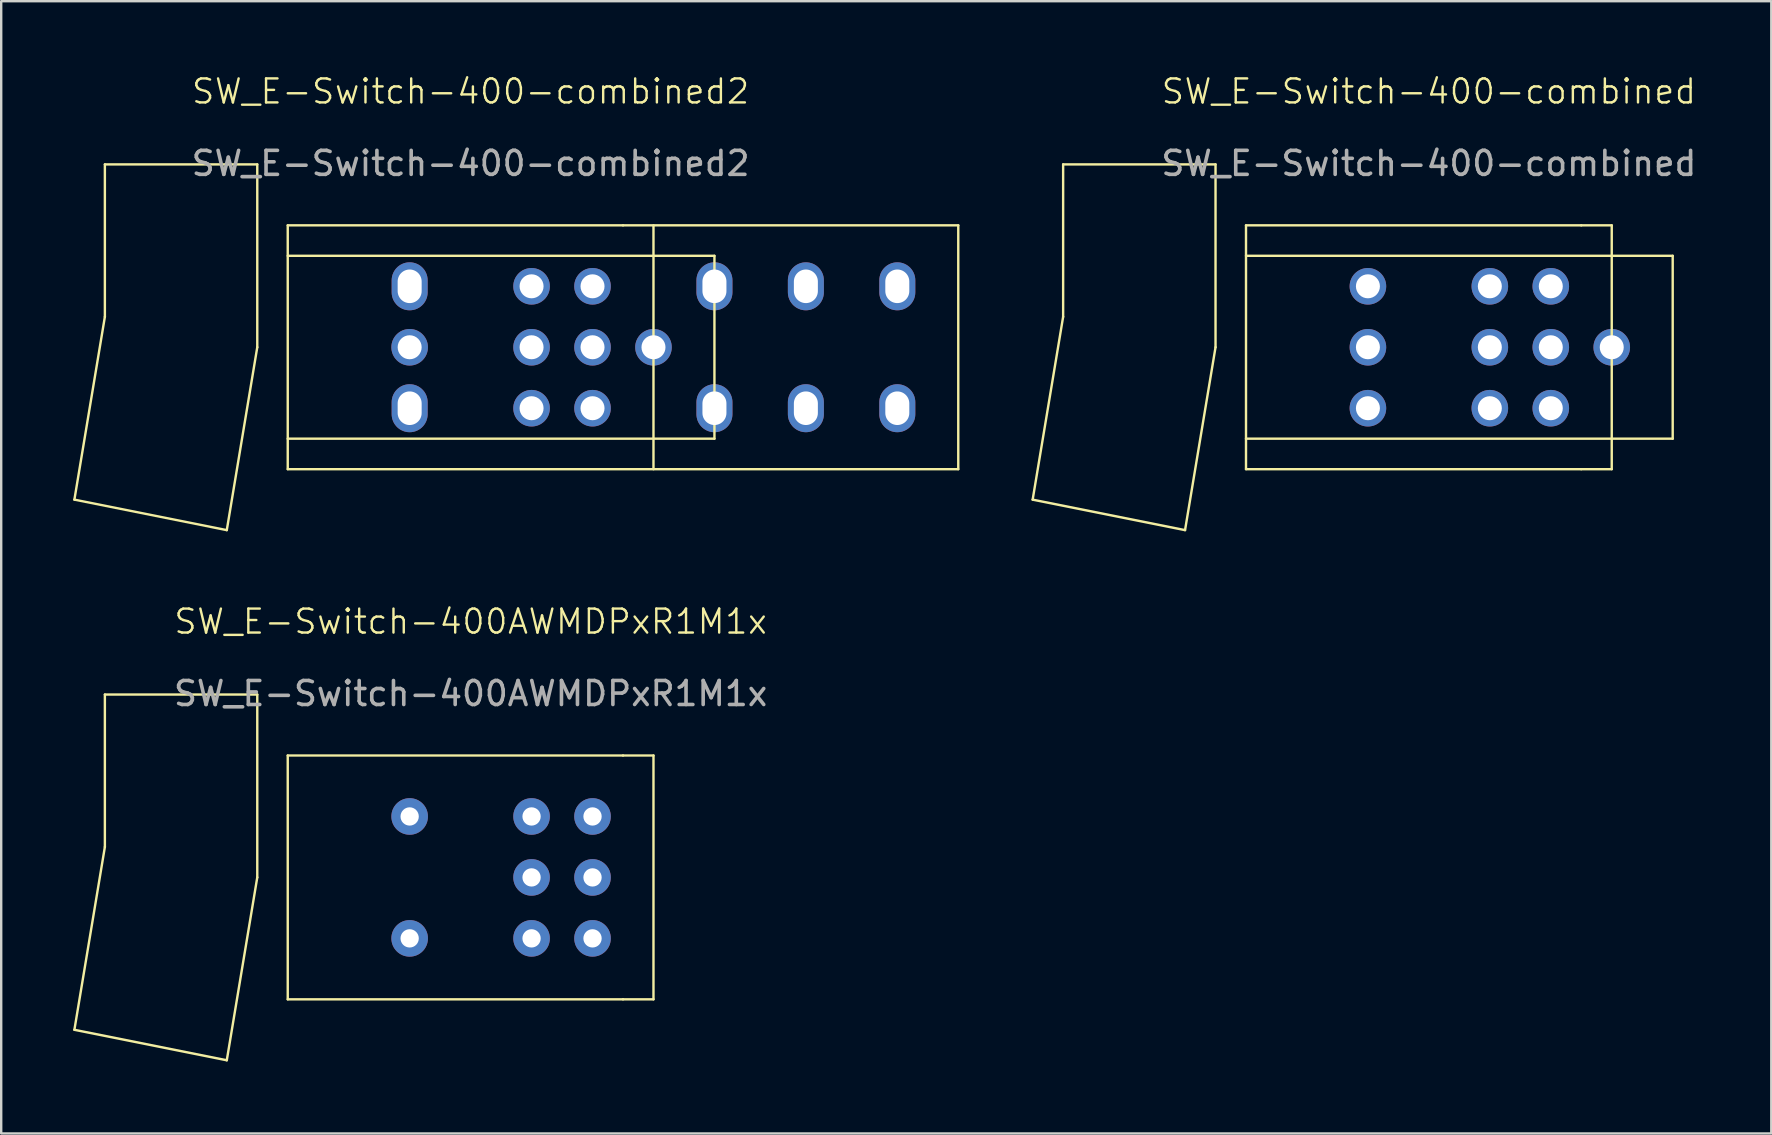
<source format=kicad_pcb>
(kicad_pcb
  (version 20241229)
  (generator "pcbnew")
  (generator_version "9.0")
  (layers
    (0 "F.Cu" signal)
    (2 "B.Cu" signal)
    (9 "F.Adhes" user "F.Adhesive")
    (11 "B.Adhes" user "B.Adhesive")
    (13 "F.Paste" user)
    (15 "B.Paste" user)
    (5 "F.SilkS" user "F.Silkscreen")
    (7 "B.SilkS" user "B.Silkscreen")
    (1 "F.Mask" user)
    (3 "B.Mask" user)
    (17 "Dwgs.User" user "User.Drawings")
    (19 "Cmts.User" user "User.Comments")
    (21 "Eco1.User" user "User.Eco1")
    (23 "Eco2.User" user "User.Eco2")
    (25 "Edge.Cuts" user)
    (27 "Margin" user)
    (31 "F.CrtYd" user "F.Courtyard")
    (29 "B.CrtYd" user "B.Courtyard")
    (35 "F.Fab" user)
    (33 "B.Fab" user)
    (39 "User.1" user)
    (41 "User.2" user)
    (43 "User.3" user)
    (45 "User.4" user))
  (footprint "SW_E-Switch-400AWMDPxR1M1x"
    (layer "F.Cu")
    (at 16.56 23.351)
    (property "Reference" "SW_E-Switch-400AWMDPxR1M1x" (at 0 -0.5 0) (unlocked yes) (layer "F.SilkS") (effects (font (size 1 1) (thickness 0.1))))
    (attr through_hole)
    (fp_line (start -15.24 2.54) (end -15.24 8.89) (stroke (width 0.1) (type default)) (layer "F.SilkS"))
    (fp_line (start -15.24 8.89) (end -16.51 16.51) (stroke (width 0.1) (type default)) (layer "F.SilkS"))
    (fp_line (start -10.16 17.78) (end -16.51 16.51) (stroke (width 0.1) (type default)) (layer "F.SilkS"))
    (fp_line (start -8.89 2.54) (end -15.24 2.54) (stroke (width 0.1) (type default)) (layer "F.SilkS"))
    (fp_line (start -8.89 10.16) (end -10.16 17.78) (stroke (width 0.1) (type default)) (layer "F.SilkS"))
    (fp_line (start -8.89 10.16) (end -8.89 2.54) (stroke (width 0.1) (type default)) (layer "F.SilkS"))
    (fp_line (start -7.62 5.08) (end -7.62 15.24) (stroke (width 0.1) (type default)) (layer "F.SilkS"))
    (fp_line (start -7.62 5.08) (end 6.35 5.08) (stroke (width 0.1) (type default)) (layer "F.SilkS"))
    (fp_line (start 6.35 5.08) (end 7.62 5.08) (stroke (width 0.1) (type default)) (layer "F.SilkS"))
    (fp_line (start 6.35 15.24) (end -7.62 15.24) (stroke (width 0.1) (type default)) (layer "F.SilkS"))
    (fp_line (start 7.62 5.08) (end 7.62 15.24) (stroke (width 0.1) (type default)) (layer "F.SilkS"))
    (fp_line (start 7.62 15.24) (end 6.35 15.24) (stroke (width 0.1) (type default)) (layer "F.SilkS"))
    (fp_text user "${REFERENCE}" (at 0 2.5 0) (unlocked yes) (layer "F.Fab") (effects (font (size 1 1) (thickness 0.15))))
    (pad "1" thru_hole circle (at 2.54 7.62) (size 1.524 1.524) (drill 0.762) (layers "*.Cu" "*.Mask"))
    (pad "2" thru_hole circle (at 2.54 10.16) (size 1.524 1.524) (drill 0.762) (layers "*.Cu" "*.Mask"))
    (pad "3" thru_hole circle (at 2.54 12.7) (size 1.524 1.524) (drill 0.762) (layers "*.Cu" "*.Mask"))
    (pad "4" thru_hole circle (at 5.08 7.62) (size 1.524 1.524) (drill 0.762) (layers "*.Cu" "*.Mask"))
    (pad "5" thru_hole circle (at 5.08 10.16) (size 1.524 1.524) (drill 0.762) (layers "*.Cu" "*.Mask"))
    (pad "6" thru_hole circle (at 5.08 12.7) (size 1.524 1.524) (drill 0.762) (layers "*.Cu" "*.Mask"))
    (pad "7" thru_hole circle (at -2.54 12.7) (size 1.524 1.524) (drill 0.762) (layers "*.Cu" "*.Mask"))
    (pad "8" thru_hole circle (at -2.54 7.62) (size 1.524 1.524) (drill 0.762) (layers "*.Cu" "*.Mask")))
  (footprint "SW_E-Switch-400-combined2"
    (layer "F.Cu")
    (at 16.56 1.26)
    (property "Reference" "SW_E-Switch-400-combined2" (at 0 -0.5 0) (unlocked yes) (layer "F.SilkS") (effects (font (size 1 1) (thickness 0.1))))
    (attr through_hole)
    (fp_line (start -15.24 2.54) (end -15.24 8.89) (stroke (width 0.1) (type default)) (layer "F.SilkS"))
    (fp_line (start -15.24 8.89) (end -16.51 16.51) (stroke (width 0.1) (type default)) (layer "F.SilkS"))
    (fp_line (start -10.16 17.78) (end -16.51 16.51) (stroke (width 0.1) (type default)) (layer "F.SilkS"))
    (fp_line (start -8.89 2.54) (end -15.24 2.54) (stroke (width 0.1) (type default)) (layer "F.SilkS"))
    (fp_line (start -8.89 10.16) (end -10.16 17.78) (stroke (width 0.1) (type default)) (layer "F.SilkS"))
    (fp_line (start -8.89 10.16) (end -8.89 2.54) (stroke (width 0.1) (type default)) (layer "F.SilkS"))
    (fp_line (start -7.62 5.08) (end -7.62 15.24) (stroke (width 0.1) (type default)) (layer "F.SilkS"))
    (fp_line (start -7.62 5.08) (end 6.35 5.08) (stroke (width 0.1) (type default)) (layer "F.SilkS"))
    (fp_line (start -7.62 6.35) (end 10.16 6.35) (stroke (width 0.1) (type default)) (layer "F.SilkS"))
    (fp_line (start 6.35 5.08) (end 20.32 5.08) (stroke (width 0.1) (type default)) (layer "F.SilkS"))
    (fp_line (start 7.62 5.08) (end 7.62 15.24) (stroke (width 0.1) (type default)) (layer "F.SilkS"))
    (fp_line (start 10.16 6.35) (end 10.16 13.97) (stroke (width 0.1) (type default)) (layer "F.SilkS"))
    (fp_line (start 10.16 13.97) (end -7.62 13.97) (stroke (width 0.1) (type default)) (layer "F.SilkS"))
    (fp_line (start 20.32 5.08) (end 20.32 15.24) (stroke (width 0.1) (type default)) (layer "F.SilkS"))
    (fp_line (start 20.32 15.24) (end -7.62 15.24) (stroke (width 0.1) (type default)) (layer "F.SilkS"))
    (fp_text user "${REFERENCE}" (at 0 2.5 0) (unlocked yes) (layer "F.Fab") (effects (font (size 1 1) (thickness 0.15))))
    (pad "1" thru_hole circle (at 2.54 7.62) (size 1.524 1.524) (drill 1) (layers "*.Cu" "*.Mask"))
    (pad "1" thru_hole oval (at 17.78 7.62) (size 1.5 2) (drill oval 1 1.4) (layers "*.Cu" "*.Mask"))
    (pad "2" thru_hole circle (at 2.54 10.16) (size 1.524 1.524) (drill 1) (layers "*.Cu" "*.Mask"))
    (pad "2" thru_hole oval (at 13.97 7.62) (size 1.5 2) (drill oval 1 1.4) (layers "*.Cu" "*.Mask"))
    (pad "3" thru_hole circle (at 2.54 12.7) (size 1.524 1.524) (drill 1) (layers "*.Cu" "*.Mask"))
    (pad "3" thru_hole oval (at 10.16 7.62) (size 1.5 2) (drill oval 1 1.4) (layers "*.Cu" "*.Mask"))
    (pad "4" thru_hole circle (at 5.08 7.62) (size 1.524 1.524) (drill 1) (layers "*.Cu" "*.Mask"))
    (pad "4" thru_hole oval (at 17.78 12.7) (size 1.5 2) (drill oval 1 1.4) (layers "*.Cu" "*.Mask"))
    (pad "5" thru_hole circle (at 5.08 10.16) (size 1.524 1.524) (drill 1) (layers "*.Cu" "*.Mask"))
    (pad "5" thru_hole oval (at 13.97 12.7) (size 1.5 2) (drill oval 1 1.4) (layers "*.Cu" "*.Mask"))
    (pad "6" thru_hole circle (at 5.08 12.7) (size 1.524 1.524) (drill 1) (layers "*.Cu" "*.Mask"))
    (pad "6" thru_hole circle (at 7.62 10.16) (size 1.524 1.524) (drill 1) (layers "*.Cu" "*.Mask"))
    (pad "6" thru_hole oval (at 10.16 12.7) (size 1.5 2) (drill oval 1 1.4) (layers "*.Cu" "*.Mask"))
    (pad "7" thru_hole oval (at -2.54 12.7) (size 1.5 2) (drill oval 1 1.4) (layers "*.Cu" "*.Mask"))
    (pad "8" thru_hole oval (at -2.54 7.62) (size 1.5 2) (drill oval 1 1.4) (layers "*.Cu" "*.Mask"))
    (pad "9" thru_hole circle (at -2.54 10.16) (size 1.524 1.524) (drill 1) (layers "*.Cu" "*.Mask")))
  (footprint "SW_E-Switch-400-combined"
    (layer "F.Cu")
    (at 56.49 1.26)
    (property "Reference" "SW_E-Switch-400-combined" (at 0 -0.5 0) (unlocked yes) (layer "F.SilkS") (effects (font (size 1 1) (thickness 0.1))))
    (attr through_hole)
    (fp_line (start -15.24 2.54) (end -15.24 8.89) (stroke (width 0.1) (type default)) (layer "F.SilkS"))
    (fp_line (start -15.24 8.89) (end -16.51 16.51) (stroke (width 0.1) (type default)) (layer "F.SilkS"))
    (fp_line (start -10.16 17.78) (end -16.51 16.51) (stroke (width 0.1) (type default)) (layer "F.SilkS"))
    (fp_line (start -8.89 2.54) (end -15.24 2.54) (stroke (width 0.1) (type default)) (layer "F.SilkS"))
    (fp_line (start -8.89 10.16) (end -10.16 17.78) (stroke (width 0.1) (type default)) (layer "F.SilkS"))
    (fp_line (start -8.89 10.16) (end -8.89 2.54) (stroke (width 0.1) (type default)) (layer "F.SilkS"))
    (fp_line (start -7.62 5.08) (end -7.62 15.24) (stroke (width 0.1) (type default)) (layer "F.SilkS"))
    (fp_line (start -7.62 5.08) (end 6.35 5.08) (stroke (width 0.1) (type default)) (layer "F.SilkS"))
    (fp_line (start -7.62 6.35) (end 10.16 6.35) (stroke (width 0.1) (type default)) (layer "F.SilkS"))
    (fp_line (start 6.35 5.08) (end 7.62 5.08) (stroke (width 0.1) (type default)) (layer "F.SilkS"))
    (fp_line (start 6.35 15.24) (end -7.62 15.24) (stroke (width 0.1) (type default)) (layer "F.SilkS"))
    (fp_line (start 7.62 5.08) (end 7.62 15.24) (stroke (width 0.1) (type default)) (layer "F.SilkS"))
    (fp_line (start 7.62 15.24) (end 6.35 15.24) (stroke (width 0.1) (type default)) (layer "F.SilkS"))
    (fp_line (start 10.16 6.35) (end 10.16 13.97) (stroke (width 0.1) (type default)) (layer "F.SilkS"))
    (fp_line (start 10.16 13.97) (end -7.62 13.97) (stroke (width 0.1) (type default)) (layer "F.SilkS"))
    (fp_text user "${REFERENCE}" (at 0 2.5 0) (unlocked yes) (layer "F.Fab") (effects (font (size 1 1) (thickness 0.15))))
    (pad "1" thru_hole circle (at 2.54 7.62) (size 1.524 1.524) (drill 1) (layers "*.Cu" "*.Mask"))
    (pad "2" thru_hole circle (at 2.54 10.16) (size 1.524 1.524) (drill 1) (layers "*.Cu" "*.Mask"))
    (pad "3" thru_hole circle (at 2.54 12.7) (size 1.524 1.524) (drill 1) (layers "*.Cu" "*.Mask"))
    (pad "4" thru_hole circle (at 5.08 7.62) (size 1.524 1.524) (drill 1) (layers "*.Cu" "*.Mask"))
    (pad "4" thru_hole circle (at 7.62 10.16) (size 1.524 1.524) (drill 1) (layers "*.Cu" "*.Mask"))
    (pad "5" thru_hole circle (at 5.08 10.16) (size 1.524 1.524) (drill 1) (layers "*.Cu" "*.Mask"))
    (pad "6" thru_hole circle (at 5.08 12.7) (size 1.524 1.524) (drill 1) (layers "*.Cu" "*.Mask"))
    (pad "7" thru_hole circle (at -2.54 12.7) (size 1.524 1.524) (drill 1) (layers "*.Cu" "*.Mask"))
    (pad "8" thru_hole circle (at -2.54 7.62) (size 1.524 1.524) (drill 1) (layers "*.Cu" "*.Mask"))
    (pad "9" thru_hole circle (at -2.54 10.16) (size 1.524 1.524) (drill 1) (layers "*.Cu" "*.Mask")))
  (gr_rect
    (start -3 -3)
    (end 70.758 44.181)
    (stroke (width 0.1) (type default))
    (fill no)
    (layer "Edge.Cuts")))
</source>
